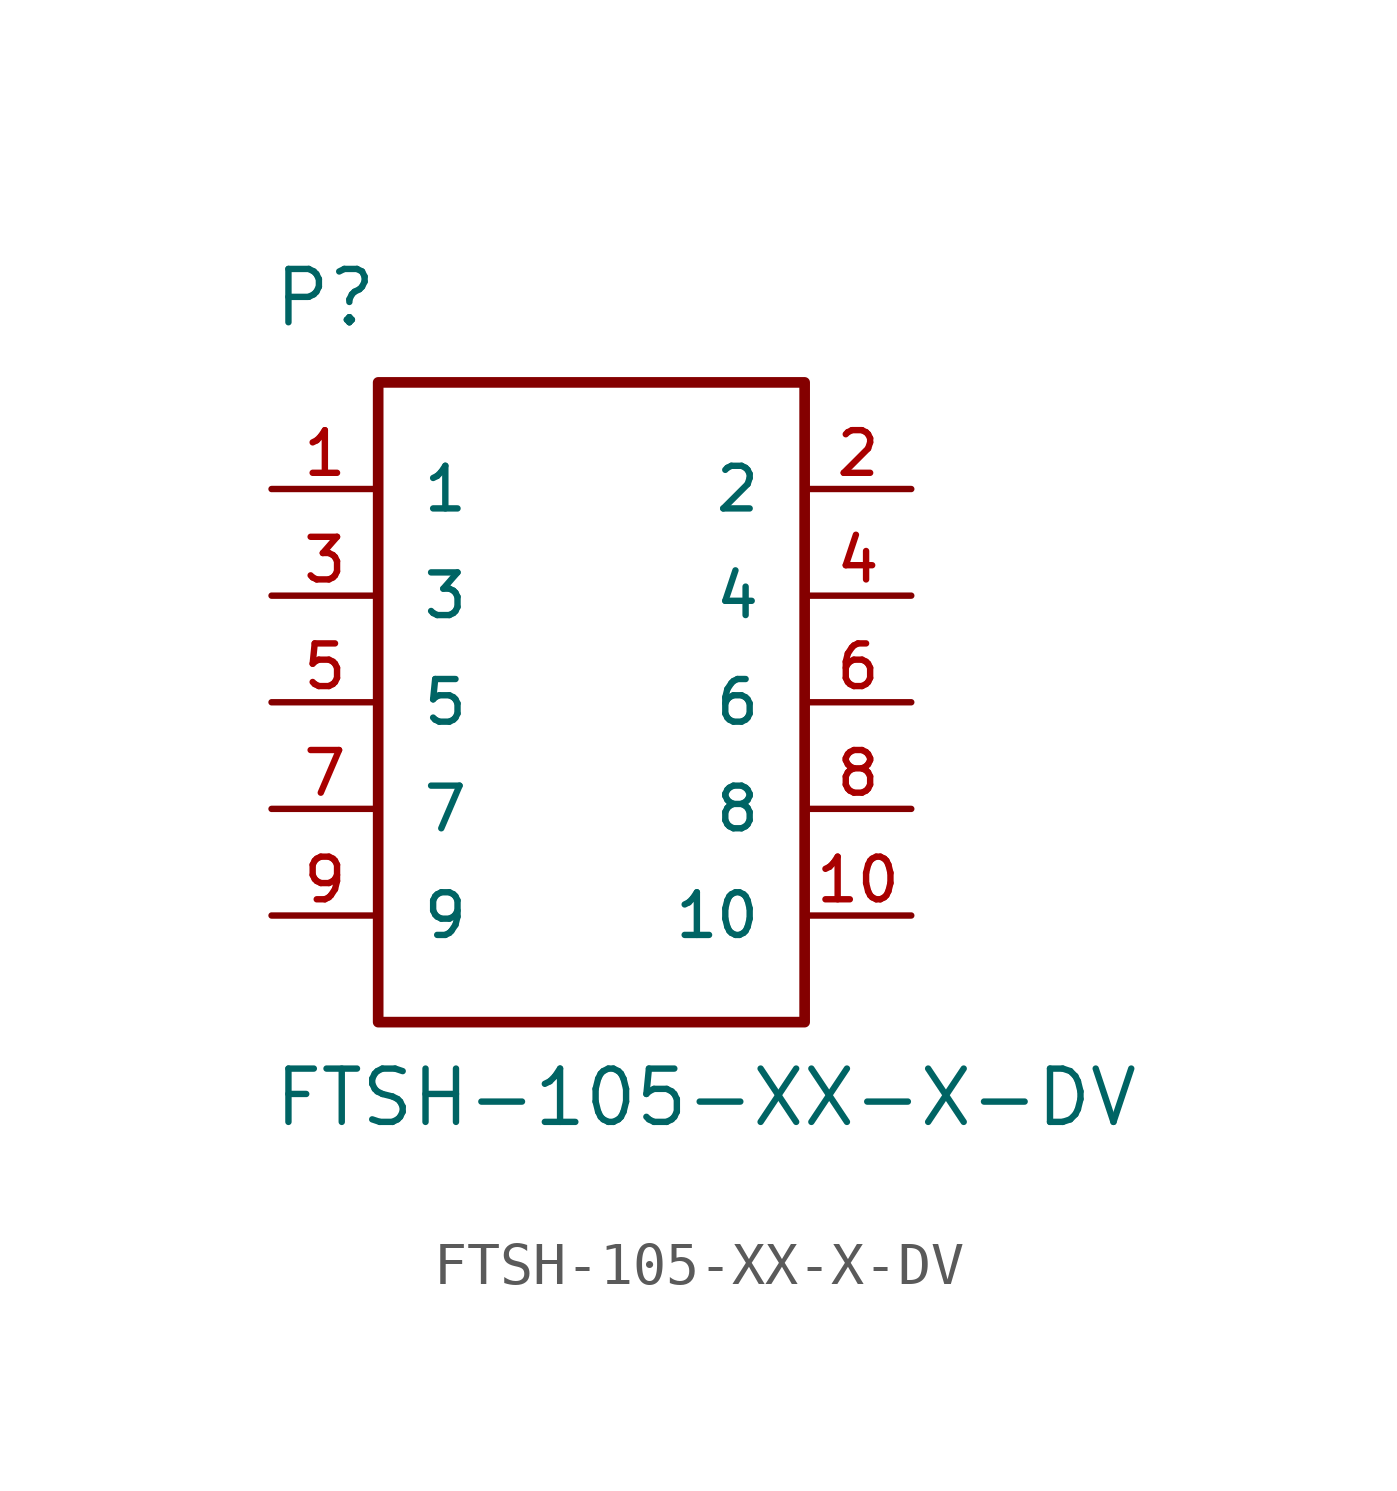
<source format=kicad_sym>
(kicad_symbol_lib
  (version 20231120)
  (generator "kicad_symbol_editor")
  (generator_version "8.0")
  (symbol "FTSH-105-XX-X-DV"
    (pin_names
      (offset 1.016))
    (property "Reference" "P"
      (at -7.62 8.89 0)
      (effects (font (size 1.27 1.27)) (justify left bottom)))
    (property "Value" "FTSH-105-XX-X-DV"
      (at -7.62 -10.16 0)
      (effects (font (size 1.27 1.27)) (justify left bottom)))
    (symbol "FTSH-105-XX-X-DV_0_0"
      (pin passive line (at 7.62 -5.08 180) (length 2.54) (name "10" (effects (font (size 1.016 1.016)))) (number "10" (effects (font (size 1.016 1.016))))))
    (symbol "FTSH-105-XX-X-DV_1_0"
      (rectangle (start -5.08 7.62) (end 5.08 -7.62) (stroke (width 0.254) (type default)) (fill (type none)))
      (pin passive line (at -7.62 5.08 0) (length 2.54) (name "1" (effects (font (size 1.016 1.016)))) (number "1" (effects (font (size 1.016 1.016)))))
      (pin passive line (at 7.62 5.08 180) (length 2.54) (name "2" (effects (font (size 1.016 1.016)))) (number "2" (effects (font (size 1.016 1.016)))))
      (pin passive line (at -7.62 2.54 0) (length 2.54) (name "3" (effects (font (size 1.016 1.016)))) (number "3" (effects (font (size 1.016 1.016)))))
      (pin passive line (at 7.62 2.54 180) (length 2.54) (name "4" (effects (font (size 1.016 1.016)))) (number "4" (effects (font (size 1.016 1.016)))))
      (pin passive line (at -7.62 0 0) (length 2.54) (name "5" (effects (font (size 1.016 1.016)))) (number "5" (effects (font (size 1.016 1.016)))))
      (pin passive line (at 7.62 0 180) (length 2.54) (name "6" (effects (font (size 1.016 1.016)))) (number "6" (effects (font (size 1.016 1.016)))))
      (pin passive line (at -7.62 -2.54 0) (length 2.54) (name "7" (effects (font (size 1.016 1.016)))) (number "7" (effects (font (size 1.016 1.016)))))
      (pin passive line (at 7.62 -2.54 180) (length 2.54) (name "8" (effects (font (size 1.016 1.016)))) (number "8" (effects (font (size 1.016 1.016)))))
      (pin passive line (at -7.62 -5.08 0) (length 2.54) (name "9" (effects (font (size 1.016 1.016)))) (number "9" (effects (font (size 1.016 1.016))))))))
</source>
